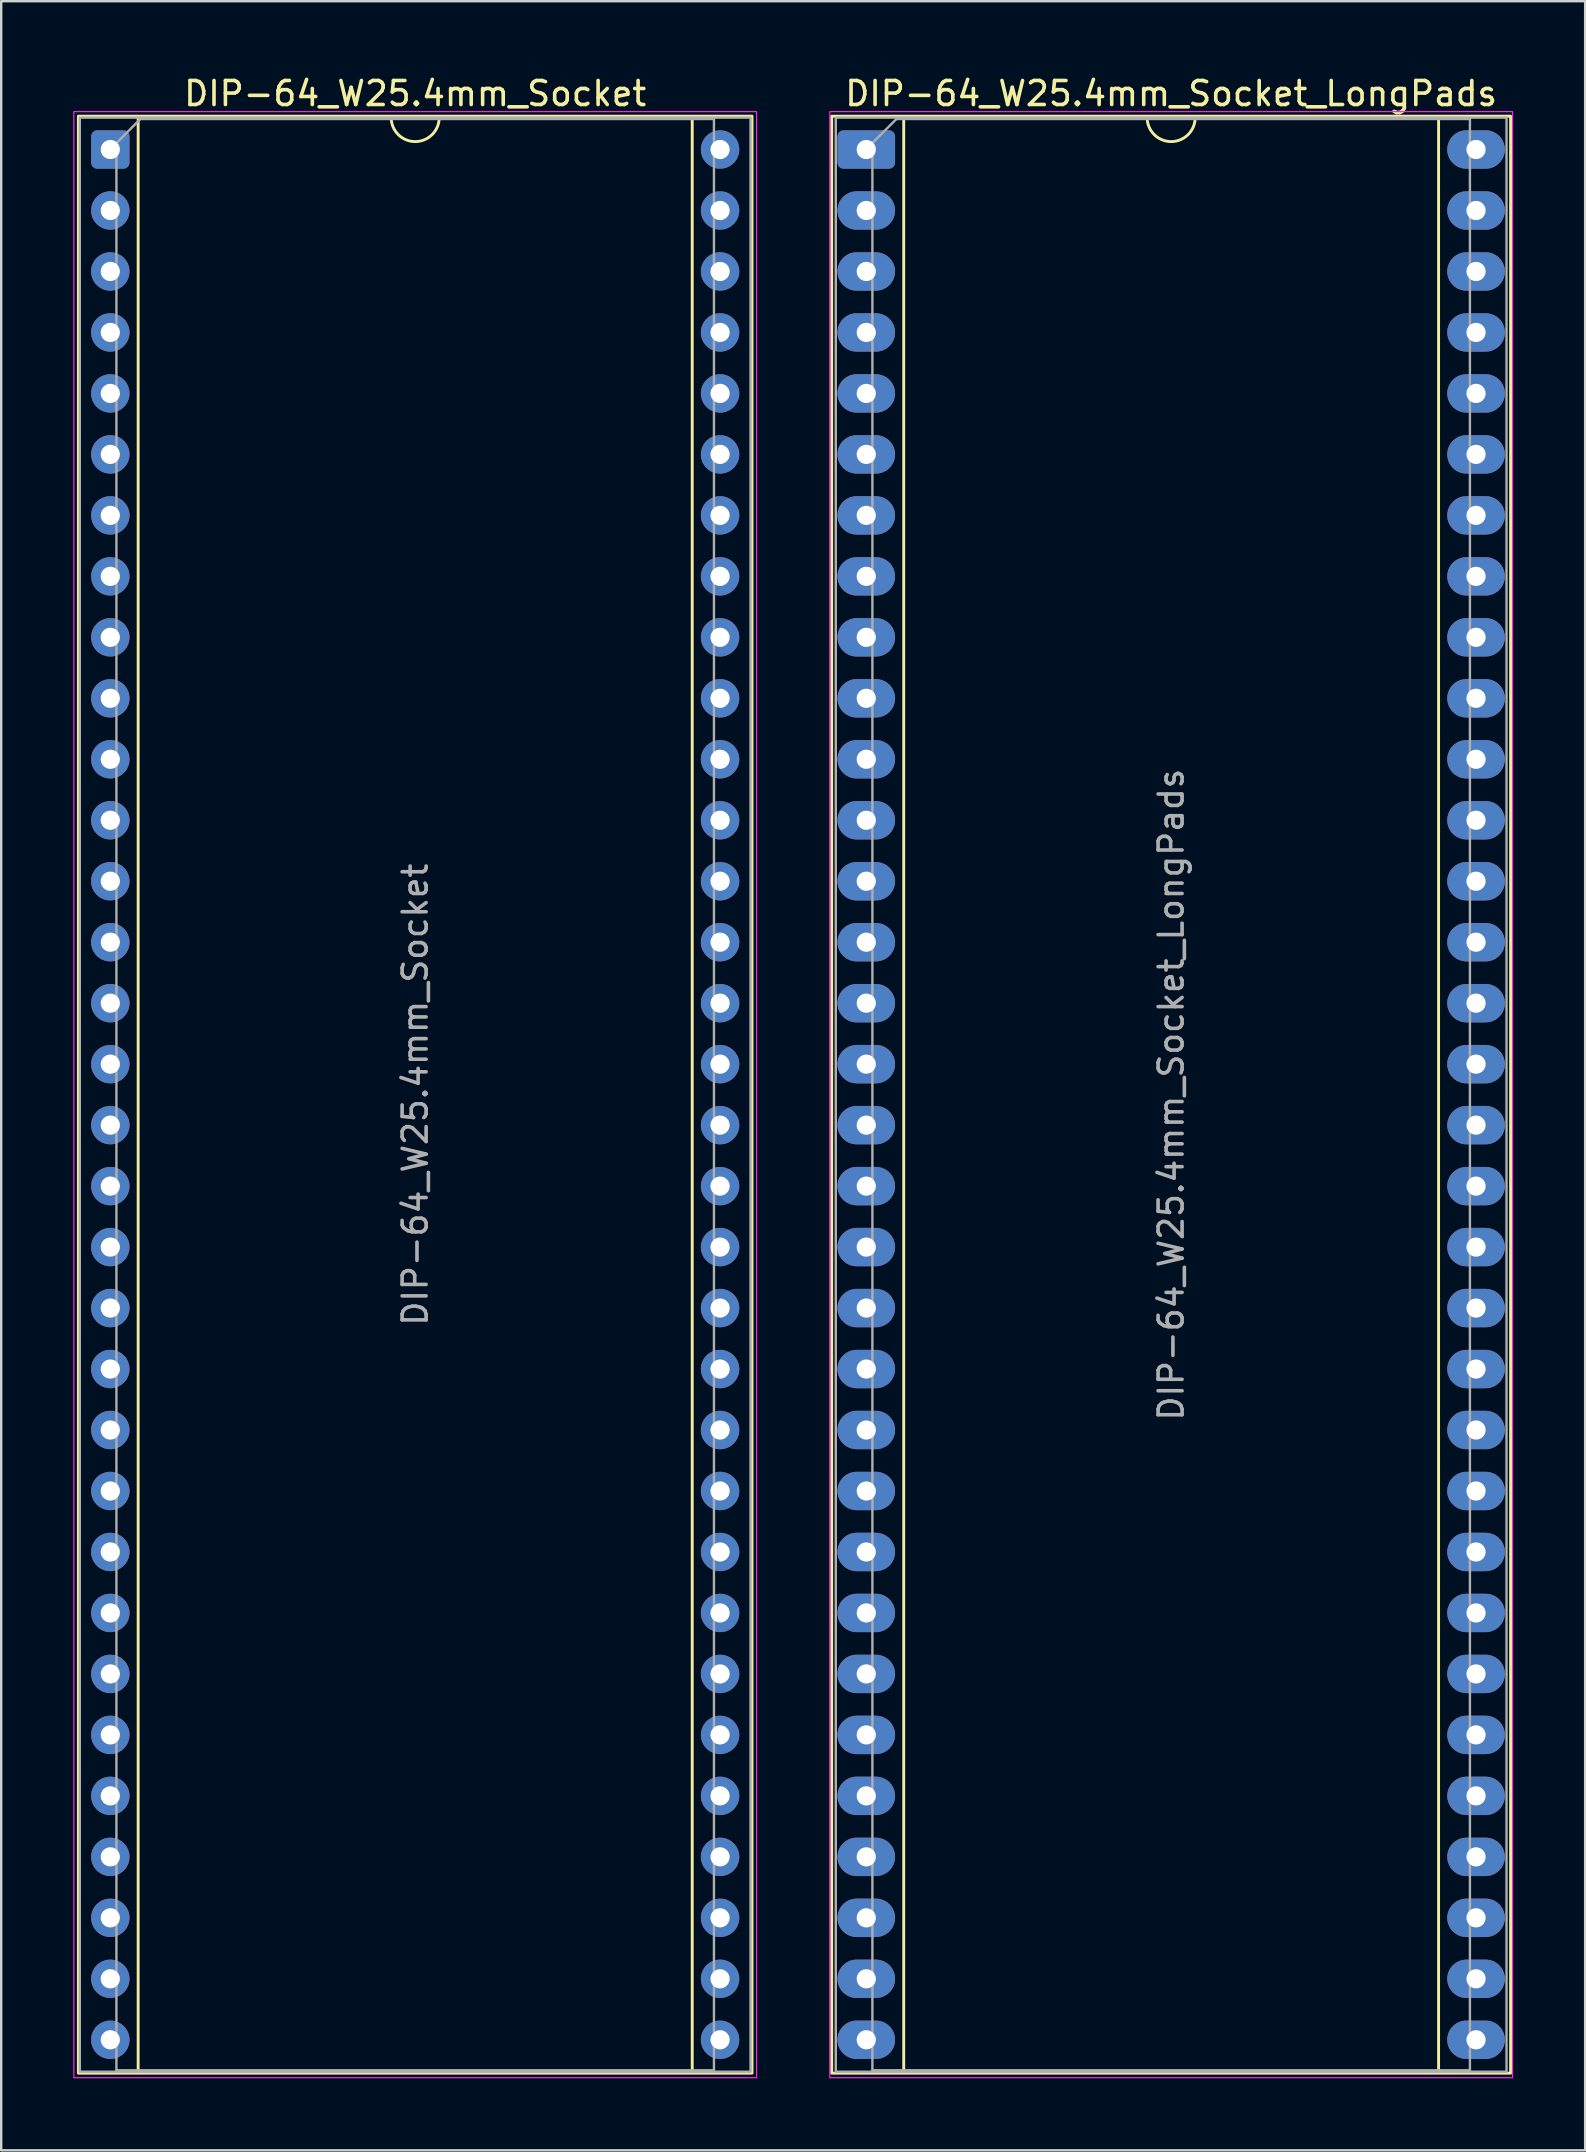
<source format=kicad_pcb>
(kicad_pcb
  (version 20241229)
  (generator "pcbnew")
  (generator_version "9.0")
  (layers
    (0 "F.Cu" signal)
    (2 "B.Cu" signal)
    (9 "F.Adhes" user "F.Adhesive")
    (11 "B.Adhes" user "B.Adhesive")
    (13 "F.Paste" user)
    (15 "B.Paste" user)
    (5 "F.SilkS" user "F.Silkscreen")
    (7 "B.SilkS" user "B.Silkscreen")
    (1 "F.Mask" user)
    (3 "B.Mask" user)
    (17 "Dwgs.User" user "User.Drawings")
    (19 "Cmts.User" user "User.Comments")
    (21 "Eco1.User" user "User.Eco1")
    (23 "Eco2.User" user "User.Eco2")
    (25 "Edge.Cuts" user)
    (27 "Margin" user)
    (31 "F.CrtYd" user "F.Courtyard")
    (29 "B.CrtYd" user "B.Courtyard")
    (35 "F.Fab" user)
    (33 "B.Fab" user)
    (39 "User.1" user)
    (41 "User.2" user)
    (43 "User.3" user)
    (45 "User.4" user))
  (footprint "DIP-64_W25.4mm_Socket"
    (layer "F.Cu")
    (at 1.545 3.178)
    (property "Reference" "DIP-64_W25.4mm_Socket" (at 12.7 -2.33 0) (layer "F.SilkS") (effects (font (size 1 1) (thickness 0.15))))
    (attr through_hole)
    (fp_line (start 1.16 -1.33) (end 1.16 80.07) (stroke (width 0.12) (type solid)) (layer "F.SilkS"))
    (fp_line (start 1.16 80.07) (end 24.24 80.07) (stroke (width 0.12) (type solid)) (layer "F.SilkS"))
    (fp_line (start 11.7 -1.33) (end 1.16 -1.33) (stroke (width 0.12) (type solid)) (layer "F.SilkS"))
    (fp_line (start 24.24 -1.33) (end 13.7 -1.33) (stroke (width 0.12) (type solid)) (layer "F.SilkS"))
    (fp_line (start 24.24 80.07) (end 24.24 -1.33) (stroke (width 0.12) (type solid)) (layer "F.SilkS"))
    (fp_rect (start -1.33 -1.39) (end 26.73 80.13) (stroke (width 0.12) (type solid)) (fill no) (layer "F.SilkS"))
    (fp_arc (start 13.7 -1.33) (mid 12.7 -0.33) (end 11.7 -1.33) (stroke (width 0.12) (type solid)) (layer "F.SilkS"))
    (fp_rect (start -1.52 -1.58) (end 26.92 80.32) (stroke (width 0.05) (type solid)) (fill no) (layer "F.CrtYd"))
    (fp_line (start 0.255 -0.27) (end 1.255 -1.27) (stroke (width 0.1) (type solid)) (layer "F.Fab"))
    (fp_line (start 0.255 80.01) (end 0.255 -0.27) (stroke (width 0.1) (type solid)) (layer "F.Fab"))
    (fp_line (start 1.255 -1.27) (end 25.145 -1.27) (stroke (width 0.1) (type solid)) (layer "F.Fab"))
    (fp_line (start 25.145 -1.27) (end 25.145 80.01) (stroke (width 0.1) (type solid)) (layer "F.Fab"))
    (fp_line (start 25.145 80.01) (end 0.255 80.01) (stroke (width 0.1) (type solid)) (layer "F.Fab"))
    (fp_rect (start -1.27 -1.33) (end 26.67 80.07) (stroke (width 0.1) (type solid)) (fill no) (layer "F.Fab"))
    (fp_text user "${REFERENCE}" (at 12.7 39.37 90) (layer "F.Fab") (effects (font (size 1 1) (thickness 0.15))))
    (pad "1" thru_hole roundrect (at 0 0) (size 1.6 1.6) (drill 0.8) (layers "*.Cu" "*.Mask") (roundrect_rratio 0.156))
    (pad "2" thru_hole circle (at 0 2.54) (size 1.6 1.6) (drill 0.8) (layers "*.Cu" "*.Mask"))
    (pad "3" thru_hole circle (at 0 5.08) (size 1.6 1.6) (drill 0.8) (layers "*.Cu" "*.Mask"))
    (pad "4" thru_hole circle (at 0 7.62) (size 1.6 1.6) (drill 0.8) (layers "*.Cu" "*.Mask"))
    (pad "5" thru_hole circle (at 0 10.16) (size 1.6 1.6) (drill 0.8) (layers "*.Cu" "*.Mask"))
    (pad "6" thru_hole circle (at 0 12.7) (size 1.6 1.6) (drill 0.8) (layers "*.Cu" "*.Mask"))
    (pad "7" thru_hole circle (at 0 15.24) (size 1.6 1.6) (drill 0.8) (layers "*.Cu" "*.Mask"))
    (pad "8" thru_hole circle (at 0 17.78) (size 1.6 1.6) (drill 0.8) (layers "*.Cu" "*.Mask"))
    (pad "9" thru_hole circle (at 0 20.32) (size 1.6 1.6) (drill 0.8) (layers "*.Cu" "*.Mask"))
    (pad "10" thru_hole circle (at 0 22.86) (size 1.6 1.6) (drill 0.8) (layers "*.Cu" "*.Mask"))
    (pad "11" thru_hole circle (at 0 25.4) (size 1.6 1.6) (drill 0.8) (layers "*.Cu" "*.Mask"))
    (pad "12" thru_hole circle (at 0 27.94) (size 1.6 1.6) (drill 0.8) (layers "*.Cu" "*.Mask"))
    (pad "13" thru_hole circle (at 0 30.48) (size 1.6 1.6) (drill 0.8) (layers "*.Cu" "*.Mask"))
    (pad "14" thru_hole circle (at 0 33.02) (size 1.6 1.6) (drill 0.8) (layers "*.Cu" "*.Mask"))
    (pad "15" thru_hole circle (at 0 35.56) (size 1.6 1.6) (drill 0.8) (layers "*.Cu" "*.Mask"))
    (pad "16" thru_hole circle (at 0 38.1) (size 1.6 1.6) (drill 0.8) (layers "*.Cu" "*.Mask"))
    (pad "17" thru_hole circle (at 0 40.64) (size 1.6 1.6) (drill 0.8) (layers "*.Cu" "*.Mask"))
    (pad "18" thru_hole circle (at 0 43.18) (size 1.6 1.6) (drill 0.8) (layers "*.Cu" "*.Mask"))
    (pad "19" thru_hole circle (at 0 45.72) (size 1.6 1.6) (drill 0.8) (layers "*.Cu" "*.Mask"))
    (pad "20" thru_hole circle (at 0 48.26) (size 1.6 1.6) (drill 0.8) (layers "*.Cu" "*.Mask"))
    (pad "21" thru_hole circle (at 0 50.8) (size 1.6 1.6) (drill 0.8) (layers "*.Cu" "*.Mask"))
    (pad "22" thru_hole circle (at 0 53.34) (size 1.6 1.6) (drill 0.8) (layers "*.Cu" "*.Mask"))
    (pad "23" thru_hole circle (at 0 55.88) (size 1.6 1.6) (drill 0.8) (layers "*.Cu" "*.Mask"))
    (pad "24" thru_hole circle (at 0 58.42) (size 1.6 1.6) (drill 0.8) (layers "*.Cu" "*.Mask"))
    (pad "25" thru_hole circle (at 0 60.96) (size 1.6 1.6) (drill 0.8) (layers "*.Cu" "*.Mask"))
    (pad "26" thru_hole circle (at 0 63.5) (size 1.6 1.6) (drill 0.8) (layers "*.Cu" "*.Mask"))
    (pad "27" thru_hole circle (at 0 66.04) (size 1.6 1.6) (drill 0.8) (layers "*.Cu" "*.Mask"))
    (pad "28" thru_hole circle (at 0 68.58) (size 1.6 1.6) (drill 0.8) (layers "*.Cu" "*.Mask"))
    (pad "29" thru_hole circle (at 0 71.12) (size 1.6 1.6) (drill 0.8) (layers "*.Cu" "*.Mask"))
    (pad "30" thru_hole circle (at 0 73.66) (size 1.6 1.6) (drill 0.8) (layers "*.Cu" "*.Mask"))
    (pad "31" thru_hole circle (at 0 76.2) (size 1.6 1.6) (drill 0.8) (layers "*.Cu" "*.Mask"))
    (pad "32" thru_hole circle (at 0 78.74) (size 1.6 1.6) (drill 0.8) (layers "*.Cu" "*.Mask"))
    (pad "33" thru_hole circle (at 25.4 78.74) (size 1.6 1.6) (drill 0.8) (layers "*.Cu" "*.Mask"))
    (pad "34" thru_hole circle (at 25.4 76.2) (size 1.6 1.6) (drill 0.8) (layers "*.Cu" "*.Mask"))
    (pad "35" thru_hole circle (at 25.4 73.66) (size 1.6 1.6) (drill 0.8) (layers "*.Cu" "*.Mask"))
    (pad "36" thru_hole circle (at 25.4 71.12) (size 1.6 1.6) (drill 0.8) (layers "*.Cu" "*.Mask"))
    (pad "37" thru_hole circle (at 25.4 68.58) (size 1.6 1.6) (drill 0.8) (layers "*.Cu" "*.Mask"))
    (pad "38" thru_hole circle (at 25.4 66.04) (size 1.6 1.6) (drill 0.8) (layers "*.Cu" "*.Mask"))
    (pad "39" thru_hole circle (at 25.4 63.5) (size 1.6 1.6) (drill 0.8) (layers "*.Cu" "*.Mask"))
    (pad "40" thru_hole circle (at 25.4 60.96) (size 1.6 1.6) (drill 0.8) (layers "*.Cu" "*.Mask"))
    (pad "41" thru_hole circle (at 25.4 58.42) (size 1.6 1.6) (drill 0.8) (layers "*.Cu" "*.Mask"))
    (pad "42" thru_hole circle (at 25.4 55.88) (size 1.6 1.6) (drill 0.8) (layers "*.Cu" "*.Mask"))
    (pad "43" thru_hole circle (at 25.4 53.34) (size 1.6 1.6) (drill 0.8) (layers "*.Cu" "*.Mask"))
    (pad "44" thru_hole circle (at 25.4 50.8) (size 1.6 1.6) (drill 0.8) (layers "*.Cu" "*.Mask"))
    (pad "45" thru_hole circle (at 25.4 48.26) (size 1.6 1.6) (drill 0.8) (layers "*.Cu" "*.Mask"))
    (pad "46" thru_hole circle (at 25.4 45.72) (size 1.6 1.6) (drill 0.8) (layers "*.Cu" "*.Mask"))
    (pad "47" thru_hole circle (at 25.4 43.18) (size 1.6 1.6) (drill 0.8) (layers "*.Cu" "*.Mask"))
    (pad "48" thru_hole circle (at 25.4 40.64) (size 1.6 1.6) (drill 0.8) (layers "*.Cu" "*.Mask"))
    (pad "49" thru_hole circle (at 25.4 38.1) (size 1.6 1.6) (drill 0.8) (layers "*.Cu" "*.Mask"))
    (pad "50" thru_hole circle (at 25.4 35.56) (size 1.6 1.6) (drill 0.8) (layers "*.Cu" "*.Mask"))
    (pad "51" thru_hole circle (at 25.4 33.02) (size 1.6 1.6) (drill 0.8) (layers "*.Cu" "*.Mask"))
    (pad "52" thru_hole circle (at 25.4 30.48) (size 1.6 1.6) (drill 0.8) (layers "*.Cu" "*.Mask"))
    (pad "53" thru_hole circle (at 25.4 27.94) (size 1.6 1.6) (drill 0.8) (layers "*.Cu" "*.Mask"))
    (pad "54" thru_hole circle (at 25.4 25.4) (size 1.6 1.6) (drill 0.8) (layers "*.Cu" "*.Mask"))
    (pad "55" thru_hole circle (at 25.4 22.86) (size 1.6 1.6) (drill 0.8) (layers "*.Cu" "*.Mask"))
    (pad "56" thru_hole circle (at 25.4 20.32) (size 1.6 1.6) (drill 0.8) (layers "*.Cu" "*.Mask"))
    (pad "57" thru_hole circle (at 25.4 17.78) (size 1.6 1.6) (drill 0.8) (layers "*.Cu" "*.Mask"))
    (pad "58" thru_hole circle (at 25.4 15.24) (size 1.6 1.6) (drill 0.8) (layers "*.Cu" "*.Mask"))
    (pad "59" thru_hole circle (at 25.4 12.7) (size 1.6 1.6) (drill 0.8) (layers "*.Cu" "*.Mask"))
    (pad "60" thru_hole circle (at 25.4 10.16) (size 1.6 1.6) (drill 0.8) (layers "*.Cu" "*.Mask"))
    (pad "61" thru_hole circle (at 25.4 7.62) (size 1.6 1.6) (drill 0.8) (layers "*.Cu" "*.Mask"))
    (pad "62" thru_hole circle (at 25.4 5.08) (size 1.6 1.6) (drill 0.8) (layers "*.Cu" "*.Mask"))
    (pad "63" thru_hole circle (at 25.4 2.54) (size 1.6 1.6) (drill 0.8) (layers "*.Cu" "*.Mask"))
    (pad "64" thru_hole circle (at 25.4 0) (size 1.6 1.6) (drill 0.8) (layers "*.Cu" "*.Mask")))
  (footprint "DIP-64_W25.4mm_Socket_LongPads"
    (layer "F.Cu")
    (at 33.035 3.178)
    (property "Reference" "DIP-64_W25.4mm_Socket_LongPads" (at 12.7 -2.33 0) (layer "F.SilkS") (effects (font (size 1 1) (thickness 0.15))))
    (attr through_hole)
    (fp_line (start 1.56 -1.33) (end 1.56 80.07) (stroke (width 0.12) (type solid)) (layer "F.SilkS"))
    (fp_line (start 1.56 80.07) (end 23.84 80.07) (stroke (width 0.12) (type solid)) (layer "F.SilkS"))
    (fp_line (start 11.7 -1.33) (end 1.56 -1.33) (stroke (width 0.12) (type solid)) (layer "F.SilkS"))
    (fp_line (start 23.84 -1.33) (end 13.7 -1.33) (stroke (width 0.12) (type solid)) (layer "F.SilkS"))
    (fp_line (start 23.84 80.07) (end 23.84 -1.33) (stroke (width 0.12) (type solid)) (layer "F.SilkS"))
    (fp_rect (start -1.44 -1.39) (end 26.84 80.13) (stroke (width 0.12) (type solid)) (fill no) (layer "F.SilkS"))
    (fp_arc (start 13.7 -1.33) (mid 12.7 -0.33) (end 11.7 -1.33) (stroke (width 0.12) (type solid)) (layer "F.SilkS"))
    (fp_rect (start -1.52 -1.58) (end 26.92 80.32) (stroke (width 0.05) (type solid)) (fill no) (layer "F.CrtYd"))
    (fp_line (start 0.255 -0.27) (end 1.255 -1.27) (stroke (width 0.1) (type solid)) (layer "F.Fab"))
    (fp_line (start 0.255 80.01) (end 0.255 -0.27) (stroke (width 0.1) (type solid)) (layer "F.Fab"))
    (fp_line (start 1.255 -1.27) (end 25.145 -1.27) (stroke (width 0.1) (type solid)) (layer "F.Fab"))
    (fp_line (start 25.145 -1.27) (end 25.145 80.01) (stroke (width 0.1) (type solid)) (layer "F.Fab"))
    (fp_line (start 25.145 80.01) (end 0.255 80.01) (stroke (width 0.1) (type solid)) (layer "F.Fab"))
    (fp_rect (start -1.27 -1.33) (end 26.67 80.07) (stroke (width 0.1) (type solid)) (fill no) (layer "F.Fab"))
    (fp_text user "${REFERENCE}" (at 12.7 39.37 90) (layer "F.Fab") (effects (font (size 1 1) (thickness 0.15))))
    (pad "1" thru_hole roundrect (at 0 0) (size 2.4 1.6) (drill 0.8) (layers "*.Cu" "*.Mask") (roundrect_rratio 0.156))
    (pad "2" thru_hole oval (at 0 2.54) (size 2.4 1.6) (drill 0.8) (layers "*.Cu" "*.Mask"))
    (pad "3" thru_hole oval (at 0 5.08) (size 2.4 1.6) (drill 0.8) (layers "*.Cu" "*.Mask"))
    (pad "4" thru_hole oval (at 0 7.62) (size 2.4 1.6) (drill 0.8) (layers "*.Cu" "*.Mask"))
    (pad "5" thru_hole oval (at 0 10.16) (size 2.4 1.6) (drill 0.8) (layers "*.Cu" "*.Mask"))
    (pad "6" thru_hole oval (at 0 12.7) (size 2.4 1.6) (drill 0.8) (layers "*.Cu" "*.Mask"))
    (pad "7" thru_hole oval (at 0 15.24) (size 2.4 1.6) (drill 0.8) (layers "*.Cu" "*.Mask"))
    (pad "8" thru_hole oval (at 0 17.78) (size 2.4 1.6) (drill 0.8) (layers "*.Cu" "*.Mask"))
    (pad "9" thru_hole oval (at 0 20.32) (size 2.4 1.6) (drill 0.8) (layers "*.Cu" "*.Mask"))
    (pad "10" thru_hole oval (at 0 22.86) (size 2.4 1.6) (drill 0.8) (layers "*.Cu" "*.Mask"))
    (pad "11" thru_hole oval (at 0 25.4) (size 2.4 1.6) (drill 0.8) (layers "*.Cu" "*.Mask"))
    (pad "12" thru_hole oval (at 0 27.94) (size 2.4 1.6) (drill 0.8) (layers "*.Cu" "*.Mask"))
    (pad "13" thru_hole oval (at 0 30.48) (size 2.4 1.6) (drill 0.8) (layers "*.Cu" "*.Mask"))
    (pad "14" thru_hole oval (at 0 33.02) (size 2.4 1.6) (drill 0.8) (layers "*.Cu" "*.Mask"))
    (pad "15" thru_hole oval (at 0 35.56) (size 2.4 1.6) (drill 0.8) (layers "*.Cu" "*.Mask"))
    (pad "16" thru_hole oval (at 0 38.1) (size 2.4 1.6) (drill 0.8) (layers "*.Cu" "*.Mask"))
    (pad "17" thru_hole oval (at 0 40.64) (size 2.4 1.6) (drill 0.8) (layers "*.Cu" "*.Mask"))
    (pad "18" thru_hole oval (at 0 43.18) (size 2.4 1.6) (drill 0.8) (layers "*.Cu" "*.Mask"))
    (pad "19" thru_hole oval (at 0 45.72) (size 2.4 1.6) (drill 0.8) (layers "*.Cu" "*.Mask"))
    (pad "20" thru_hole oval (at 0 48.26) (size 2.4 1.6) (drill 0.8) (layers "*.Cu" "*.Mask"))
    (pad "21" thru_hole oval (at 0 50.8) (size 2.4 1.6) (drill 0.8) (layers "*.Cu" "*.Mask"))
    (pad "22" thru_hole oval (at 0 53.34) (size 2.4 1.6) (drill 0.8) (layers "*.Cu" "*.Mask"))
    (pad "23" thru_hole oval (at 0 55.88) (size 2.4 1.6) (drill 0.8) (layers "*.Cu" "*.Mask"))
    (pad "24" thru_hole oval (at 0 58.42) (size 2.4 1.6) (drill 0.8) (layers "*.Cu" "*.Mask"))
    (pad "25" thru_hole oval (at 0 60.96) (size 2.4 1.6) (drill 0.8) (layers "*.Cu" "*.Mask"))
    (pad "26" thru_hole oval (at 0 63.5) (size 2.4 1.6) (drill 0.8) (layers "*.Cu" "*.Mask"))
    (pad "27" thru_hole oval (at 0 66.04) (size 2.4 1.6) (drill 0.8) (layers "*.Cu" "*.Mask"))
    (pad "28" thru_hole oval (at 0 68.58) (size 2.4 1.6) (drill 0.8) (layers "*.Cu" "*.Mask"))
    (pad "29" thru_hole oval (at 0 71.12) (size 2.4 1.6) (drill 0.8) (layers "*.Cu" "*.Mask"))
    (pad "30" thru_hole oval (at 0 73.66) (size 2.4 1.6) (drill 0.8) (layers "*.Cu" "*.Mask"))
    (pad "31" thru_hole oval (at 0 76.2) (size 2.4 1.6) (drill 0.8) (layers "*.Cu" "*.Mask"))
    (pad "32" thru_hole oval (at 0 78.74) (size 2.4 1.6) (drill 0.8) (layers "*.Cu" "*.Mask"))
    (pad "33" thru_hole oval (at 25.4 78.74) (size 2.4 1.6) (drill 0.8) (layers "*.Cu" "*.Mask"))
    (pad "34" thru_hole oval (at 25.4 76.2) (size 2.4 1.6) (drill 0.8) (layers "*.Cu" "*.Mask"))
    (pad "35" thru_hole oval (at 25.4 73.66) (size 2.4 1.6) (drill 0.8) (layers "*.Cu" "*.Mask"))
    (pad "36" thru_hole oval (at 25.4 71.12) (size 2.4 1.6) (drill 0.8) (layers "*.Cu" "*.Mask"))
    (pad "37" thru_hole oval (at 25.4 68.58) (size 2.4 1.6) (drill 0.8) (layers "*.Cu" "*.Mask"))
    (pad "38" thru_hole oval (at 25.4 66.04) (size 2.4 1.6) (drill 0.8) (layers "*.Cu" "*.Mask"))
    (pad "39" thru_hole oval (at 25.4 63.5) (size 2.4 1.6) (drill 0.8) (layers "*.Cu" "*.Mask"))
    (pad "40" thru_hole oval (at 25.4 60.96) (size 2.4 1.6) (drill 0.8) (layers "*.Cu" "*.Mask"))
    (pad "41" thru_hole oval (at 25.4 58.42) (size 2.4 1.6) (drill 0.8) (layers "*.Cu" "*.Mask"))
    (pad "42" thru_hole oval (at 25.4 55.88) (size 2.4 1.6) (drill 0.8) (layers "*.Cu" "*.Mask"))
    (pad "43" thru_hole oval (at 25.4 53.34) (size 2.4 1.6) (drill 0.8) (layers "*.Cu" "*.Mask"))
    (pad "44" thru_hole oval (at 25.4 50.8) (size 2.4 1.6) (drill 0.8) (layers "*.Cu" "*.Mask"))
    (pad "45" thru_hole oval (at 25.4 48.26) (size 2.4 1.6) (drill 0.8) (layers "*.Cu" "*.Mask"))
    (pad "46" thru_hole oval (at 25.4 45.72) (size 2.4 1.6) (drill 0.8) (layers "*.Cu" "*.Mask"))
    (pad "47" thru_hole oval (at 25.4 43.18) (size 2.4 1.6) (drill 0.8) (layers "*.Cu" "*.Mask"))
    (pad "48" thru_hole oval (at 25.4 40.64) (size 2.4 1.6) (drill 0.8) (layers "*.Cu" "*.Mask"))
    (pad "49" thru_hole oval (at 25.4 38.1) (size 2.4 1.6) (drill 0.8) (layers "*.Cu" "*.Mask"))
    (pad "50" thru_hole oval (at 25.4 35.56) (size 2.4 1.6) (drill 0.8) (layers "*.Cu" "*.Mask"))
    (pad "51" thru_hole oval (at 25.4 33.02) (size 2.4 1.6) (drill 0.8) (layers "*.Cu" "*.Mask"))
    (pad "52" thru_hole oval (at 25.4 30.48) (size 2.4 1.6) (drill 0.8) (layers "*.Cu" "*.Mask"))
    (pad "53" thru_hole oval (at 25.4 27.94) (size 2.4 1.6) (drill 0.8) (layers "*.Cu" "*.Mask"))
    (pad "54" thru_hole oval (at 25.4 25.4) (size 2.4 1.6) (drill 0.8) (layers "*.Cu" "*.Mask"))
    (pad "55" thru_hole oval (at 25.4 22.86) (size 2.4 1.6) (drill 0.8) (layers "*.Cu" "*.Mask"))
    (pad "56" thru_hole oval (at 25.4 20.32) (size 2.4 1.6) (drill 0.8) (layers "*.Cu" "*.Mask"))
    (pad "57" thru_hole oval (at 25.4 17.78) (size 2.4 1.6) (drill 0.8) (layers "*.Cu" "*.Mask"))
    (pad "58" thru_hole oval (at 25.4 15.24) (size 2.4 1.6) (drill 0.8) (layers "*.Cu" "*.Mask"))
    (pad "59" thru_hole oval (at 25.4 12.7) (size 2.4 1.6) (drill 0.8) (layers "*.Cu" "*.Mask"))
    (pad "60" thru_hole oval (at 25.4 10.16) (size 2.4 1.6) (drill 0.8) (layers "*.Cu" "*.Mask"))
    (pad "61" thru_hole oval (at 25.4 7.62) (size 2.4 1.6) (drill 0.8) (layers "*.Cu" "*.Mask"))
    (pad "62" thru_hole oval (at 25.4 5.08) (size 2.4 1.6) (drill 0.8) (layers "*.Cu" "*.Mask"))
    (pad "63" thru_hole oval (at 25.4 2.54) (size 2.4 1.6) (drill 0.8) (layers "*.Cu" "*.Mask"))
    (pad "64" thru_hole oval (at 25.4 0) (size 2.4 1.6) (drill 0.8) (layers "*.Cu" "*.Mask")))
  (gr_rect
    (start -3 -3)
    (end 62.98 86.523)
    (stroke (width 0.1) (type default))
    (fill no)
    (layer "Edge.Cuts")))
</source>
